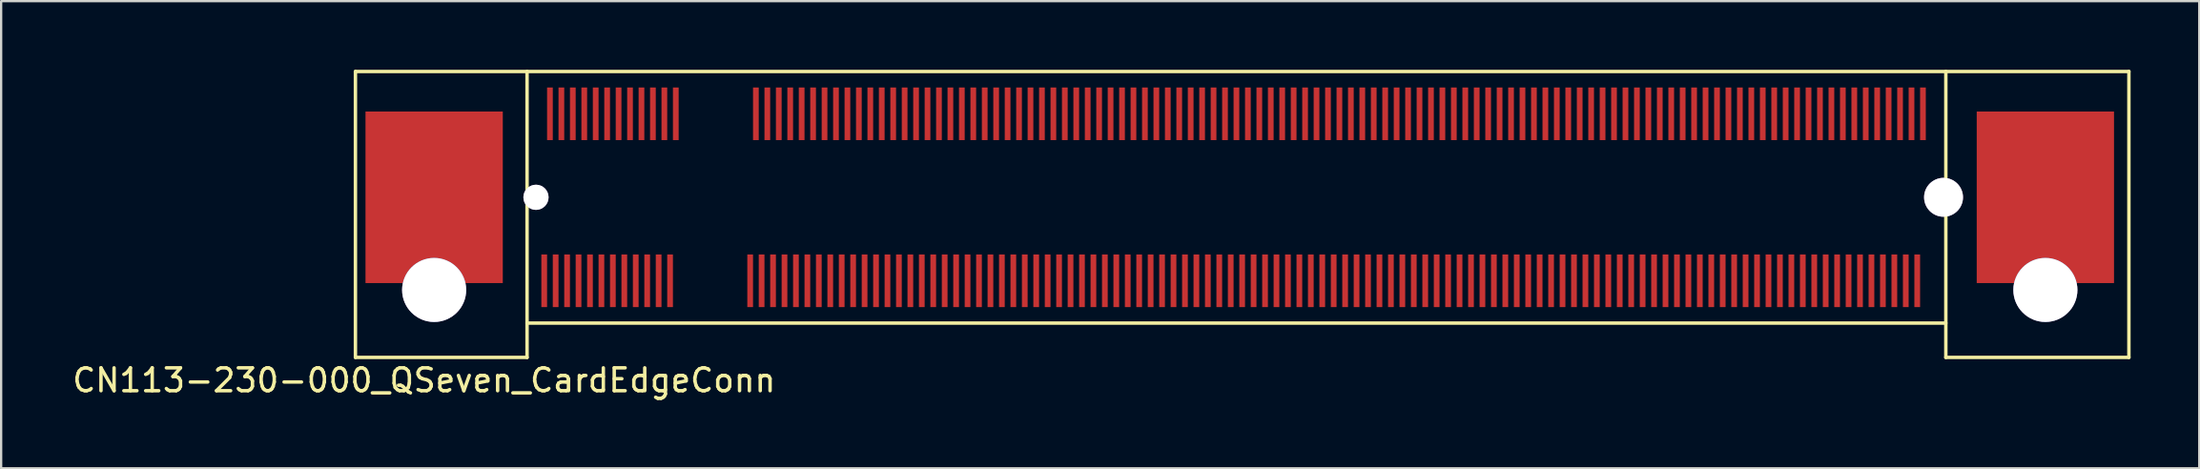
<source format=kicad_pcb>
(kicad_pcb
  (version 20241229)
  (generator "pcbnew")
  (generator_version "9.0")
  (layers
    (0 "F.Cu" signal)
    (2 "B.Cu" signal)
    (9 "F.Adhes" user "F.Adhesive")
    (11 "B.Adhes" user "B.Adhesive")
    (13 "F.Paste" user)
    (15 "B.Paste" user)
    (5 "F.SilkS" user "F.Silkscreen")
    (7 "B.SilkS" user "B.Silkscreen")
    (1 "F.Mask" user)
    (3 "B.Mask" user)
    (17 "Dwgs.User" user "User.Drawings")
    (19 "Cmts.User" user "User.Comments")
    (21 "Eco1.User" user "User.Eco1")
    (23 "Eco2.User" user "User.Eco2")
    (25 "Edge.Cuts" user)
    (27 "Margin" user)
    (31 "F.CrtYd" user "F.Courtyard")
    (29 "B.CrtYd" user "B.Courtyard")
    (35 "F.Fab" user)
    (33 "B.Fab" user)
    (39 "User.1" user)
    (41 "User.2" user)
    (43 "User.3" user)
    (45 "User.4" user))
  (footprint "CN113-230-000_QSeven_CardEdgeConn"
    (layer "F.Cu")
    (at 20.982 5.575)
    (property "Reference" "CN113-230-000_QSeven_CardEdgeConn" (at -5.5 8 0) (layer "F.SilkS") (effects (font (size 1 1) (thickness 0.15))))
    (attr through_hole)
    (fp_line (start -8.5 -5.5) (end -8.5 7) (stroke (width 0.15) (type solid)) (layer "F.SilkS"))
    (fp_line (start -8.5 7) (end -1 7) (stroke (width 0.15) (type solid)) (layer "F.SilkS"))
    (fp_line (start -1 5.5) (end 61 5.5) (stroke (width 0.15) (type solid)) (layer "F.SilkS"))
    (fp_line (start -1 7) (end -1 -5.5) (stroke (width 0.15) (type solid)) (layer "F.SilkS"))
    (fp_line (start 61 -5.5) (end 61 7) (stroke (width 0.15) (type solid)) (layer "F.SilkS"))
    (fp_line (start 61 7) (end 69 7) (stroke (width 0.15) (type solid)) (layer "F.SilkS"))
    (fp_line (start 69 -5.5) (end -8.5 -5.5) (stroke (width 0.15) (type solid)) (layer "F.SilkS"))
    (fp_line (start 69 7) (end 69 -5.5) (stroke (width 0.15) (type solid)) (layer "F.SilkS"))
    (pad "1" smd rect (at -0.25 3.65) (size 0.25 2.3) (layers "F.Cu" "F.Mask" "F.Paste"))
    (pad "2" smd rect (at 0 -3.65) (size 0.25 2.3) (layers "F.Cu" "F.Mask" "F.Paste"))
    (pad "3" smd rect (at 0.25 3.65) (size 0.25 2.3) (layers "F.Cu" "F.Mask" "F.Paste"))
    (pad "4" smd rect (at 0.5 -3.65) (size 0.25 2.3) (layers "F.Cu" "F.Mask" "F.Paste"))
    (pad "5" smd rect (at 0.75 3.65) (size 0.25 2.3) (layers "F.Cu" "F.Mask" "F.Paste"))
    (pad "6" smd rect (at 1 -3.65) (size 0.25 2.3) (layers "F.Cu" "F.Mask" "F.Paste"))
    (pad "7" smd rect (at 1.25 3.65) (size 0.25 2.3) (layers "F.Cu" "F.Mask" "F.Paste"))
    (pad "8" smd rect (at 1.5 -3.65) (size 0.25 2.3) (layers "F.Cu" "F.Mask" "F.Paste"))
    (pad "9" smd rect (at 1.75 3.65) (size 0.25 2.3) (layers "F.Cu" "F.Mask" "F.Paste"))
    (pad "10" smd rect (at 2 -3.65) (size 0.25 2.3) (layers "F.Cu" "F.Mask" "F.Paste"))
    (pad "11" smd rect (at 2.25 3.65) (size 0.25 2.3) (layers "F.Cu" "F.Mask" "F.Paste"))
    (pad "12" smd rect (at 2.5 -3.65) (size 0.25 2.3) (layers "F.Cu" "F.Mask" "F.Paste"))
    (pad "13" smd rect (at 2.75 3.65) (size 0.25 2.3) (layers "F.Cu" "F.Mask" "F.Paste"))
    (pad "14" smd rect (at 3 -3.65) (size 0.25 2.3) (layers "F.Cu" "F.Mask" "F.Paste"))
    (pad "15" smd rect (at 3.25 3.65) (size 0.25 2.3) (layers "F.Cu" "F.Mask" "F.Paste"))
    (pad "16" smd rect (at 3.5 -3.65) (size 0.25 2.3) (layers "F.Cu" "F.Mask" "F.Paste"))
    (pad "17" smd rect (at 3.75 3.65) (size 0.25 2.3) (layers "F.Cu" "F.Mask" "F.Paste"))
    (pad "18" smd rect (at 4 -3.65) (size 0.25 2.3) (layers "F.Cu" "F.Mask" "F.Paste"))
    (pad "19" smd rect (at 4.25 3.65) (size 0.25 2.3) (layers "F.Cu" "F.Mask" "F.Paste"))
    (pad "20" smd rect (at 4.5 -3.65) (size 0.25 2.3) (layers "F.Cu" "F.Mask" "F.Paste"))
    (pad "21" smd rect (at 4.75 3.65) (size 0.25 2.3) (layers "F.Cu" "F.Mask" "F.Paste"))
    (pad "22" smd rect (at 5 -3.65) (size 0.25 2.3) (layers "F.Cu" "F.Mask" "F.Paste"))
    (pad "23" smd rect (at 5.25 3.65) (size 0.25 2.3) (layers "F.Cu" "F.Mask" "F.Paste"))
    (pad "24" smd rect (at 5.5 -3.65) (size 0.25 2.3) (layers "F.Cu" "F.Mask" "F.Paste"))
    (pad "25" smd rect (at 8.75 3.65) (size 0.25 2.3) (layers "F.Cu" "F.Mask" "F.Paste"))
    (pad "26" smd rect (at 9 -3.65) (size 0.25 2.3) (layers "F.Cu" "F.Mask" "F.Paste"))
    (pad "27" smd rect (at 9.25 3.65) (size 0.25 2.3) (layers "F.Cu" "F.Mask" "F.Paste"))
    (pad "28" smd rect (at 9.5 -3.65) (size 0.25 2.3) (layers "F.Cu" "F.Mask" "F.Paste"))
    (pad "29" smd rect (at 9.75 3.65) (size 0.25 2.3) (layers "F.Cu" "F.Mask" "F.Paste"))
    (pad "30" smd rect (at 10 -3.65) (size 0.25 2.3) (layers "F.Cu" "F.Mask" "F.Paste"))
    (pad "31" smd rect (at 10.25 3.65) (size 0.25 2.3) (layers "F.Cu" "F.Mask" "F.Paste"))
    (pad "32" smd rect (at 10.5 -3.65) (size 0.25 2.3) (layers "F.Cu" "F.Mask" "F.Paste"))
    (pad "33" smd rect (at 10.75 3.65) (size 0.25 2.3) (layers "F.Cu" "F.Mask" "F.Paste"))
    (pad "34" smd rect (at 11 -3.65) (size 0.25 2.3) (layers "F.Cu" "F.Mask" "F.Paste"))
    (pad "35" smd rect (at 11.25 3.65) (size 0.25 2.3) (layers "F.Cu" "F.Mask" "F.Paste"))
    (pad "36" smd rect (at 11.5 -3.65) (size 0.25 2.3) (layers "F.Cu" "F.Mask" "F.Paste"))
    (pad "37" smd rect (at 11.75 3.65) (size 0.25 2.3) (layers "F.Cu" "F.Mask" "F.Paste"))
    (pad "38" smd rect (at 12 -3.65) (size 0.25 2.3) (layers "F.Cu" "F.Mask" "F.Paste"))
    (pad "39" smd rect (at 12.25 3.65) (size 0.25 2.3) (layers "F.Cu" "F.Mask" "F.Paste"))
    (pad "40" smd rect (at 12.5 -3.65) (size 0.25 2.3) (layers "F.Cu" "F.Mask" "F.Paste"))
    (pad "41" smd rect (at 12.75 3.65) (size 0.25 2.3) (layers "F.Cu" "F.Mask" "F.Paste"))
    (pad "42" smd rect (at 13 -3.65) (size 0.25 2.3) (layers "F.Cu" "F.Mask" "F.Paste"))
    (pad "43" smd rect (at 13.25 3.65) (size 0.25 2.3) (layers "F.Cu" "F.Mask" "F.Paste"))
    (pad "44" smd rect (at 13.5 -3.65) (size 0.25 2.3) (layers "F.Cu" "F.Mask" "F.Paste"))
    (pad "45" smd rect (at 13.75 3.65) (size 0.25 2.3) (layers "F.Cu" "F.Mask" "F.Paste"))
    (pad "46" smd rect (at 14 -3.65) (size 0.25 2.3) (layers "F.Cu" "F.Mask" "F.Paste"))
    (pad "47" smd rect (at 14.25 3.65) (size 0.25 2.3) (layers "F.Cu" "F.Mask" "F.Paste"))
    (pad "48" smd rect (at 14.5 -3.65) (size 0.25 2.3) (layers "F.Cu" "F.Mask" "F.Paste"))
    (pad "49" smd rect (at 14.75 3.65) (size 0.25 2.3) (layers "F.Cu" "F.Mask" "F.Paste"))
    (pad "50" smd rect (at 15 -3.65) (size 0.25 2.3) (layers "F.Cu" "F.Mask" "F.Paste"))
    (pad "51" smd rect (at 15.25 3.65) (size 0.25 2.3) (layers "F.Cu" "F.Mask" "F.Paste"))
    (pad "52" smd rect (at 15.5 -3.65) (size 0.25 2.3) (layers "F.Cu" "F.Mask" "F.Paste"))
    (pad "53" smd rect (at 15.75 3.65) (size 0.25 2.3) (layers "F.Cu" "F.Mask" "F.Paste"))
    (pad "54" smd rect (at 16 -3.65) (size 0.25 2.3) (layers "F.Cu" "F.Mask" "F.Paste"))
    (pad "55" smd rect (at 16.25 3.65) (size 0.25 2.3) (layers "F.Cu" "F.Mask" "F.Paste"))
    (pad "56" smd rect (at 16.5 -3.65) (size 0.25 2.3) (layers "F.Cu" "F.Mask" "F.Paste"))
    (pad "57" smd rect (at 16.75 3.65) (size 0.25 2.3) (layers "F.Cu" "F.Mask" "F.Paste"))
    (pad "58" smd rect (at 17 -3.65) (size 0.25 2.3) (layers "F.Cu" "F.Mask" "F.Paste"))
    (pad "59" smd rect (at 17.25 3.65) (size 0.25 2.3) (layers "F.Cu" "F.Mask" "F.Paste"))
    (pad "60" smd rect (at 17.5 -3.65) (size 0.25 2.3) (layers "F.Cu" "F.Mask" "F.Paste"))
    (pad "61" smd rect (at 17.75 3.65) (size 0.25 2.3) (layers "F.Cu" "F.Mask" "F.Paste"))
    (pad "62" smd rect (at 18 -3.65) (size 0.25 2.3) (layers "F.Cu" "F.Mask" "F.Paste"))
    (pad "63" smd rect (at 18.25 3.65) (size 0.25 2.3) (layers "F.Cu" "F.Mask" "F.Paste"))
    (pad "64" smd rect (at 18.5 -3.65) (size 0.25 2.3) (layers "F.Cu" "F.Mask" "F.Paste"))
    (pad "65" smd rect (at 18.75 3.65) (size 0.25 2.3) (layers "F.Cu" "F.Mask" "F.Paste"))
    (pad "66" smd rect (at 19 -3.65) (size 0.25 2.3) (layers "F.Cu" "F.Mask" "F.Paste"))
    (pad "67" smd rect (at 19.25 3.65) (size 0.25 2.3) (layers "F.Cu" "F.Mask" "F.Paste"))
    (pad "68" smd rect (at 19.5 -3.65) (size 0.25 2.3) (layers "F.Cu" "F.Mask" "F.Paste"))
    (pad "69" smd rect (at 19.75 3.65) (size 0.25 2.3) (layers "F.Cu" "F.Mask" "F.Paste"))
    (pad "70" smd rect (at 20 -3.65) (size 0.25 2.3) (layers "F.Cu" "F.Mask" "F.Paste"))
    (pad "71" smd rect (at 20.25 3.65) (size 0.25 2.3) (layers "F.Cu" "F.Mask" "F.Paste"))
    (pad "72" smd rect (at 20.5 -3.65) (size 0.25 2.3) (layers "F.Cu" "F.Mask" "F.Paste"))
    (pad "73" smd rect (at 20.75 3.65) (size 0.25 2.3) (layers "F.Cu" "F.Mask" "F.Paste"))
    (pad "74" smd rect (at 21 -3.65) (size 0.25 2.3) (layers "F.Cu" "F.Mask" "F.Paste"))
    (pad "75" smd rect (at 21.25 3.65) (size 0.25 2.3) (layers "F.Cu" "F.Mask" "F.Paste"))
    (pad "76" smd rect (at 21.5 -3.65) (size 0.25 2.3) (layers "F.Cu" "F.Mask" "F.Paste"))
    (pad "77" smd rect (at 21.75 3.65) (size 0.25 2.3) (layers "F.Cu" "F.Mask" "F.Paste"))
    (pad "78" smd rect (at 22 -3.65) (size 0.25 2.3) (layers "F.Cu" "F.Mask" "F.Paste"))
    (pad "79" smd rect (at 22.25 3.65) (size 0.25 2.3) (layers "F.Cu" "F.Mask" "F.Paste"))
    (pad "80" smd rect (at 22.5 -3.65) (size 0.25 2.3) (layers "F.Cu" "F.Mask" "F.Paste"))
    (pad "81" smd rect (at 22.75 3.65) (size 0.25 2.3) (layers "F.Cu" "F.Mask" "F.Paste"))
    (pad "82" smd rect (at 23 -3.65) (size 0.25 2.3) (layers "F.Cu" "F.Mask" "F.Paste"))
    (pad "83" smd rect (at 23.25 3.65) (size 0.25 2.3) (layers "F.Cu" "F.Mask" "F.Paste"))
    (pad "84" smd rect (at 23.5 -3.65) (size 0.25 2.3) (layers "F.Cu" "F.Mask" "F.Paste"))
    (pad "85" smd rect (at 23.75 3.65) (size 0.25 2.3) (layers "F.Cu" "F.Mask" "F.Paste"))
    (pad "86" smd rect (at 24 -3.65) (size 0.25 2.3) (layers "F.Cu" "F.Mask" "F.Paste"))
    (pad "87" smd rect (at 24.25 3.65) (size 0.25 2.3) (layers "F.Cu" "F.Mask" "F.Paste"))
    (pad "88" smd rect (at 24.5 -3.65) (size 0.25 2.3) (layers "F.Cu" "F.Mask" "F.Paste"))
    (pad "89" smd rect (at 24.75 3.65) (size 0.25 2.3) (layers "F.Cu" "F.Mask" "F.Paste"))
    (pad "90" smd rect (at 25 -3.65) (size 0.25 2.3) (layers "F.Cu" "F.Mask" "F.Paste"))
    (pad "91" smd rect (at 25.25 3.65) (size 0.25 2.3) (layers "F.Cu" "F.Mask" "F.Paste"))
    (pad "92" smd rect (at 25.5 -3.65) (size 0.25 2.3) (layers "F.Cu" "F.Mask" "F.Paste"))
    (pad "93" smd rect (at 25.75 3.65) (size 0.25 2.3) (layers "F.Cu" "F.Mask" "F.Paste"))
    (pad "94" smd rect (at 26 -3.65) (size 0.25 2.3) (layers "F.Cu" "F.Mask" "F.Paste"))
    (pad "95" smd rect (at 26.25 3.65) (size 0.25 2.3) (layers "F.Cu" "F.Mask" "F.Paste"))
    (pad "96" smd rect (at 26.5 -3.65) (size 0.25 2.3) (layers "F.Cu" "F.Mask" "F.Paste"))
    (pad "97" smd rect (at 26.75 3.65) (size 0.25 2.3) (layers "F.Cu" "F.Mask" "F.Paste"))
    (pad "98" smd rect (at 27 -3.65) (size 0.25 2.3) (layers "F.Cu" "F.Mask" "F.Paste"))
    (pad "99" smd rect (at 27.25 3.65) (size 0.25 2.3) (layers "F.Cu" "F.Mask" "F.Paste"))
    (pad "100" smd rect (at 27.5 -3.65) (size 0.25 2.3) (layers "F.Cu" "F.Mask" "F.Paste"))
    (pad "101" smd rect (at 27.75 3.65) (size 0.25 2.3) (layers "F.Cu" "F.Mask" "F.Paste"))
    (pad "102" smd rect (at 28 -3.65) (size 0.25 2.3) (layers "F.Cu" "F.Mask" "F.Paste"))
    (pad "103" smd rect (at 28.25 3.65) (size 0.25 2.3) (layers "F.Cu" "F.Mask" "F.Paste"))
    (pad "104" smd rect (at 28.5 -3.65) (size 0.25 2.3) (layers "F.Cu" "F.Mask" "F.Paste"))
    (pad "105" smd rect (at 28.75 3.65) (size 0.25 2.3) (layers "F.Cu" "F.Mask" "F.Paste"))
    (pad "106" smd rect (at 29 -3.65) (size 0.25 2.3) (layers "F.Cu" "F.Mask" "F.Paste"))
    (pad "107" smd rect (at 29.25 3.65) (size 0.25 2.3) (layers "F.Cu" "F.Mask" "F.Paste"))
    (pad "108" smd rect (at 29.5 -3.65) (size 0.25 2.3) (layers "F.Cu" "F.Mask" "F.Paste"))
    (pad "109" smd rect (at 29.75 3.65) (size 0.25 2.3) (layers "F.Cu" "F.Mask" "F.Paste"))
    (pad "110" smd rect (at 30 -3.65) (size 0.25 2.3) (layers "F.Cu" "F.Mask" "F.Paste"))
    (pad "111" smd rect (at 30.25 3.65) (size 0.25 2.3) (layers "F.Cu" "F.Mask" "F.Paste"))
    (pad "112" smd rect (at 30.5 -3.65) (size 0.25 2.3) (layers "F.Cu" "F.Mask" "F.Paste"))
    (pad "113" smd rect (at 30.75 3.65) (size 0.25 2.3) (layers "F.Cu" "F.Mask" "F.Paste"))
    (pad "114" smd rect (at 31 -3.65) (size 0.25 2.3) (layers "F.Cu" "F.Mask" "F.Paste"))
    (pad "115" smd rect (at 31.25 3.65) (size 0.25 2.3) (layers "F.Cu" "F.Mask" "F.Paste"))
    (pad "116" smd rect (at 31.5 -3.65) (size 0.25 2.3) (layers "F.Cu" "F.Mask" "F.Paste"))
    (pad "117" smd rect (at 31.75 3.65) (size 0.25 2.3) (layers "F.Cu" "F.Mask" "F.Paste"))
    (pad "118" smd rect (at 32 -3.65) (size 0.25 2.3) (layers "F.Cu" "F.Mask" "F.Paste"))
    (pad "119" smd rect (at 32.25 3.65) (size 0.25 2.3) (layers "F.Cu" "F.Mask" "F.Paste"))
    (pad "120" smd rect (at 32.5 -3.65) (size 0.25 2.3) (layers "F.Cu" "F.Mask" "F.Paste"))
    (pad "121" smd rect (at 32.75 3.65) (size 0.25 2.3) (layers "F.Cu" "F.Mask" "F.Paste"))
    (pad "122" smd rect (at 33 -3.65) (size 0.25 2.3) (layers "F.Cu" "F.Mask" "F.Paste"))
    (pad "123" smd rect (at 33.25 3.65) (size 0.25 2.3) (layers "F.Cu" "F.Mask" "F.Paste"))
    (pad "124" smd rect (at 33.5 -3.65) (size 0.25 2.3) (layers "F.Cu" "F.Mask" "F.Paste"))
    (pad "125" smd rect (at 33.75 3.65) (size 0.25 2.3) (layers "F.Cu" "F.Mask" "F.Paste"))
    (pad "126" smd rect (at 34 -3.65) (size 0.25 2.3) (layers "F.Cu" "F.Mask" "F.Paste"))
    (pad "127" smd rect (at 34.25 3.65) (size 0.25 2.3) (layers "F.Cu" "F.Mask" "F.Paste"))
    (pad "128" smd rect (at 34.5 -3.65) (size 0.25 2.3) (layers "F.Cu" "F.Mask" "F.Paste"))
    (pad "129" smd rect (at 34.75 3.65) (size 0.25 2.3) (layers "F.Cu" "F.Mask" "F.Paste"))
    (pad "130" smd rect (at 35 -3.65) (size 0.25 2.3) (layers "F.Cu" "F.Mask" "F.Paste"))
    (pad "131" smd rect (at 35.25 3.65) (size 0.25 2.3) (layers "F.Cu" "F.Mask" "F.Paste"))
    (pad "132" smd rect (at 35.5 -3.65) (size 0.25 2.3) (layers "F.Cu" "F.Mask" "F.Paste"))
    (pad "133" smd rect (at 35.75 3.65) (size 0.25 2.3) (layers "F.Cu" "F.Mask" "F.Paste"))
    (pad "134" smd rect (at 36 -3.65) (size 0.25 2.3) (layers "F.Cu" "F.Mask" "F.Paste"))
    (pad "135" smd rect (at 36.25 3.65) (size 0.25 2.3) (layers "F.Cu" "F.Mask" "F.Paste"))
    (pad "136" smd rect (at 36.5 -3.65) (size 0.25 2.3) (layers "F.Cu" "F.Mask" "F.Paste"))
    (pad "137" smd rect (at 36.75 3.65) (size 0.25 2.3) (layers "F.Cu" "F.Mask" "F.Paste"))
    (pad "138" smd rect (at 37 -3.65) (size 0.25 2.3) (layers "F.Cu" "F.Mask" "F.Paste"))
    (pad "139" smd rect (at 37.25 3.65) (size 0.25 2.3) (layers "F.Cu" "F.Mask" "F.Paste"))
    (pad "140" smd rect (at 37.5 -3.65) (size 0.25 2.3) (layers "F.Cu" "F.Mask" "F.Paste"))
    (pad "141" smd rect (at 37.75 3.65) (size 0.25 2.3) (layers "F.Cu" "F.Mask" "F.Paste"))
    (pad "142" smd rect (at 38 -3.65) (size 0.25 2.3) (layers "F.Cu" "F.Mask" "F.Paste"))
    (pad "143" smd rect (at 38.25 3.65) (size 0.25 2.3) (layers "F.Cu" "F.Mask" "F.Paste"))
    (pad "144" smd rect (at 38.5 -3.65) (size 0.25 2.3) (layers "F.Cu" "F.Mask" "F.Paste"))
    (pad "145" smd rect (at 38.75 3.65) (size 0.25 2.3) (layers "F.Cu" "F.Mask" "F.Paste"))
    (pad "146" smd rect (at 39 -3.65) (size 0.25 2.3) (layers "F.Cu" "F.Mask" "F.Paste"))
    (pad "147" smd rect (at 39.25 3.65) (size 0.25 2.3) (layers "F.Cu" "F.Mask" "F.Paste"))
    (pad "148" smd rect (at 39.5 -3.65) (size 0.25 2.3) (layers "F.Cu" "F.Mask" "F.Paste"))
    (pad "149" smd rect (at 39.75 3.65) (size 0.25 2.3) (layers "F.Cu" "F.Mask" "F.Paste"))
    (pad "150" smd rect (at 40 -3.65) (size 0.25 2.3) (layers "F.Cu" "F.Mask" "F.Paste"))
    (pad "151" smd rect (at 40.25 3.65) (size 0.25 2.3) (layers "F.Cu" "F.Mask" "F.Paste"))
    (pad "152" smd rect (at 40.5 -3.65) (size 0.25 2.3) (layers "F.Cu" "F.Mask" "F.Paste"))
    (pad "153" smd rect (at 40.75 3.65) (size 0.25 2.3) (layers "F.Cu" "F.Mask" "F.Paste"))
    (pad "154" smd rect (at 41 -3.65) (size 0.25 2.3) (layers "F.Cu" "F.Mask" "F.Paste"))
    (pad "155" smd rect (at 41.25 3.65) (size 0.25 2.3) (layers "F.Cu" "F.Mask" "F.Paste"))
    (pad "156" smd rect (at 41.5 -3.65) (size 0.25 2.3) (layers "F.Cu" "F.Mask" "F.Paste"))
    (pad "157" smd rect (at 41.75 3.65) (size 0.25 2.3) (layers "F.Cu" "F.Mask" "F.Paste"))
    (pad "158" smd rect (at 42 -3.65) (size 0.25 2.3) (layers "F.Cu" "F.Mask" "F.Paste"))
    (pad "159" smd rect (at 42.25 3.65) (size 0.25 2.3) (layers "F.Cu" "F.Mask" "F.Paste"))
    (pad "160" smd rect (at 42.5 -3.65) (size 0.25 2.3) (layers "F.Cu" "F.Mask" "F.Paste"))
    (pad "161" smd rect (at 42.75 3.65) (size 0.25 2.3) (layers "F.Cu" "F.Mask" "F.Paste"))
    (pad "162" smd rect (at 43 -3.65) (size 0.25 2.3) (layers "F.Cu" "F.Mask" "F.Paste"))
    (pad "163" smd rect (at 43.25 3.65) (size 0.25 2.3) (layers "F.Cu" "F.Mask" "F.Paste"))
    (pad "164" smd rect (at 43.5 -3.65) (size 0.25 2.3) (layers "F.Cu" "F.Mask" "F.Paste"))
    (pad "165" smd rect (at 43.75 3.65) (size 0.25 2.3) (layers "F.Cu" "F.Mask" "F.Paste"))
    (pad "166" smd rect (at 44 -3.65) (size 0.25 2.3) (layers "F.Cu" "F.Mask" "F.Paste"))
    (pad "167" smd rect (at 44.25 3.65) (size 0.25 2.3) (layers "F.Cu" "F.Mask" "F.Paste"))
    (pad "168" smd rect (at 44.5 -3.65) (size 0.25 2.3) (layers "F.Cu" "F.Mask" "F.Paste"))
    (pad "169" smd rect (at 44.75 3.65) (size 0.25 2.3) (layers "F.Cu" "F.Mask" "F.Paste"))
    (pad "170" smd rect (at 45 -3.65) (size 0.25 2.3) (layers "F.Cu" "F.Mask" "F.Paste"))
    (pad "171" smd rect (at 45.25 3.65) (size 0.25 2.3) (layers "F.Cu" "F.Mask" "F.Paste"))
    (pad "172" smd rect (at 45.5 -3.65) (size 0.25 2.3) (layers "F.Cu" "F.Mask" "F.Paste"))
    (pad "173" smd rect (at 45.75 3.65) (size 0.25 2.3) (layers "F.Cu" "F.Mask" "F.Paste"))
    (pad "174" smd rect (at 46 -3.65) (size 0.25 2.3) (layers "F.Cu" "F.Mask" "F.Paste"))
    (pad "175" smd rect (at 46.25 3.65) (size 0.25 2.3) (layers "F.Cu" "F.Mask" "F.Paste"))
    (pad "176" smd rect (at 46.5 -3.65) (size 0.25 2.3) (layers "F.Cu" "F.Mask" "F.Paste"))
    (pad "177" smd rect (at 46.75 3.65) (size 0.25 2.3) (layers "F.Cu" "F.Mask" "F.Paste"))
    (pad "178" smd rect (at 47 -3.65) (size 0.25 2.3) (layers "F.Cu" "F.Mask" "F.Paste"))
    (pad "179" smd rect (at 47.25 3.65) (size 0.25 2.3) (layers "F.Cu" "F.Mask" "F.Paste"))
    (pad "180" smd rect (at 47.5 -3.65) (size 0.25 2.3) (layers "F.Cu" "F.Mask" "F.Paste"))
    (pad "181" smd rect (at 47.75 3.65) (size 0.25 2.3) (layers "F.Cu" "F.Mask" "F.Paste"))
    (pad "182" smd rect (at 48 -3.65) (size 0.25 2.3) (layers "F.Cu" "F.Mask" "F.Paste"))
    (pad "183" smd rect (at 48.25 3.65) (size 0.25 2.3) (layers "F.Cu" "F.Mask" "F.Paste"))
    (pad "184" smd rect (at 48.5 -3.65) (size 0.25 2.3) (layers "F.Cu" "F.Mask" "F.Paste"))
    (pad "185" smd rect (at 48.75 3.65) (size 0.25 2.3) (layers "F.Cu" "F.Mask" "F.Paste"))
    (pad "186" smd rect (at 49 -3.65) (size 0.25 2.3) (layers "F.Cu" "F.Mask" "F.Paste"))
    (pad "187" smd rect (at 49.25 3.65) (size 0.25 2.3) (layers "F.Cu" "F.Mask" "F.Paste"))
    (pad "188" smd rect (at 49.5 -3.65) (size 0.25 2.3) (layers "F.Cu" "F.Mask" "F.Paste"))
    (pad "189" smd rect (at 49.75 3.65) (size 0.25 2.3) (layers "F.Cu" "F.Mask" "F.Paste"))
    (pad "190" smd rect (at 50 -3.65) (size 0.25 2.3) (layers "F.Cu" "F.Mask" "F.Paste"))
    (pad "191" smd rect (at 50.25 3.65) (size 0.25 2.3) (layers "F.Cu" "F.Mask" "F.Paste"))
    (pad "192" smd rect (at 50.5 -3.65) (size 0.25 2.3) (layers "F.Cu" "F.Mask" "F.Paste"))
    (pad "193" smd rect (at 50.75 3.65) (size 0.25 2.3) (layers "F.Cu" "F.Mask" "F.Paste"))
    (pad "194" smd rect (at 51 -3.65) (size 0.25 2.3) (layers "F.Cu" "F.Mask" "F.Paste"))
    (pad "195" smd rect (at 51.25 3.65) (size 0.25 2.3) (layers "F.Cu" "F.Mask" "F.Paste"))
    (pad "196" smd rect (at 51.5 -3.65) (size 0.25 2.3) (layers "F.Cu" "F.Mask" "F.Paste"))
    (pad "197" smd rect (at 51.75 3.65) (size 0.25 2.3) (layers "F.Cu" "F.Mask" "F.Paste"))
    (pad "198" smd rect (at 52 -3.65) (size 0.25 2.3) (layers "F.Cu" "F.Mask" "F.Paste"))
    (pad "199" smd rect (at 52.25 3.65) (size 0.25 2.3) (layers "F.Cu" "F.Mask" "F.Paste"))
    (pad "200" smd rect (at 52.5 -3.65) (size 0.25 2.3) (layers "F.Cu" "F.Mask" "F.Paste"))
    (pad "201" smd rect (at 52.75 3.65) (size 0.25 2.3) (layers "F.Cu" "F.Mask" "F.Paste"))
    (pad "202" smd rect (at 53 -3.65) (size 0.25 2.3) (layers "F.Cu" "F.Mask" "F.Paste"))
    (pad "203" smd rect (at 53.25 3.65) (size 0.25 2.3) (layers "F.Cu" "F.Mask" "F.Paste"))
    (pad "204" smd rect (at 53.5 -3.65) (size 0.25 2.3) (layers "F.Cu" "F.Mask" "F.Paste"))
    (pad "205" smd rect (at 53.75 3.65) (size 0.25 2.3) (layers "F.Cu" "F.Mask" "F.Paste"))
    (pad "206" smd rect (at 54 -3.65) (size 0.25 2.3) (layers "F.Cu" "F.Mask" "F.Paste"))
    (pad "207" smd rect (at 54.25 3.65) (size 0.25 2.3) (layers "F.Cu" "F.Mask" "F.Paste"))
    (pad "208" smd rect (at 54.5 -3.65) (size 0.25 2.3) (layers "F.Cu" "F.Mask" "F.Paste"))
    (pad "209" smd rect (at 54.75 3.65) (size 0.25 2.3) (layers "F.Cu" "F.Mask" "F.Paste"))
    (pad "210" smd rect (at 55 -3.65) (size 0.25 2.3) (layers "F.Cu" "F.Mask" "F.Paste"))
    (pad "211" smd rect (at 55.25 3.65) (size 0.25 2.3) (layers "F.Cu" "F.Mask" "F.Paste"))
    (pad "212" smd rect (at 55.5 -3.65) (size 0.25 2.3) (layers "F.Cu" "F.Mask" "F.Paste"))
    (pad "213" smd rect (at 55.75 3.65) (size 0.25 2.3) (layers "F.Cu" "F.Mask" "F.Paste"))
    (pad "214" smd rect (at 56 -3.65) (size 0.25 2.3) (layers "F.Cu" "F.Mask" "F.Paste"))
    (pad "215" smd rect (at 56.25 3.65) (size 0.25 2.3) (layers "F.Cu" "F.Mask" "F.Paste"))
    (pad "216" smd rect (at 56.5 -3.65) (size 0.25 2.3) (layers "F.Cu" "F.Mask" "F.Paste"))
    (pad "217" smd rect (at 56.75 3.65) (size 0.25 2.3) (layers "F.Cu" "F.Mask" "F.Paste"))
    (pad "218" smd rect (at 57 -3.65) (size 0.25 2.3) (layers "F.Cu" "F.Mask" "F.Paste"))
    (pad "219" smd rect (at 57.25 3.65) (size 0.25 2.3) (layers "F.Cu" "F.Mask" "F.Paste"))
    (pad "220" smd rect (at 57.5 -3.65) (size 0.25 2.3) (layers "F.Cu" "F.Mask" "F.Paste"))
    (pad "221" smd rect (at 57.75 3.65) (size 0.25 2.3) (layers "F.Cu" "F.Mask" "F.Paste"))
    (pad "222" smd rect (at 58 -3.65) (size 0.25 2.3) (layers "F.Cu" "F.Mask" "F.Paste"))
    (pad "223" smd rect (at 58.25 3.65) (size 0.25 2.3) (layers "F.Cu" "F.Mask" "F.Paste"))
    (pad "224" smd rect (at 58.5 -3.65) (size 0.25 2.3) (layers "F.Cu" "F.Mask" "F.Paste"))
    (pad "225" smd rect (at 58.75 3.65) (size 0.25 2.3) (layers "F.Cu" "F.Mask" "F.Paste"))
    (pad "226" smd rect (at 59 -3.65) (size 0.25 2.3) (layers "F.Cu" "F.Mask" "F.Paste"))
    (pad "227" smd rect (at 59.25 3.65) (size 0.25 2.3) (layers "F.Cu" "F.Mask" "F.Paste"))
    (pad "228" smd rect (at 59.5 -3.65) (size 0.25 2.3) (layers "F.Cu" "F.Mask" "F.Paste"))
    (pad "229" smd rect (at 59.75 3.65) (size 0.25 2.3) (layers "F.Cu" "F.Mask" "F.Paste"))
    (pad "230" smd rect (at 60 -3.65) (size 0.25 2.3) (layers "F.Cu" "F.Mask" "F.Paste"))
    (pad "~" smd rect (at -5.06 0) (size 6 7.5) (layers "F.Cu" "F.Mask" "F.Paste"))
    (pad "~" thru_hole circle (at -5.06 4.05) (size 2.8 2.8) (drill 2.8) (layers "*.Cu" "*.Mask"))
    (pad "~" thru_hole circle (at -0.61 0) (size 1.1 1.1) (drill 1.1) (layers "*.Cu" "*.Mask"))
    (pad "~" thru_hole circle (at 60.9 0) (size 1.7 1.7) (drill 1.7) (layers "*.Cu" "*.Mask"))
    (pad "~" smd rect (at 65.35 0) (size 6 7.5) (layers "F.Cu" "F.Mask" "F.Paste"))
    (pad "~" thru_hole circle (at 65.35 4.05) (size 2.8 2.8) (drill 2.8) (layers "*.Cu" "*.Mask")))
  (gr_rect
    (start -3 -3)
    (end 93.057 17.423)
    (stroke (width 0.1) (type default))
    (fill no)
    (layer "Edge.Cuts")))
</source>
